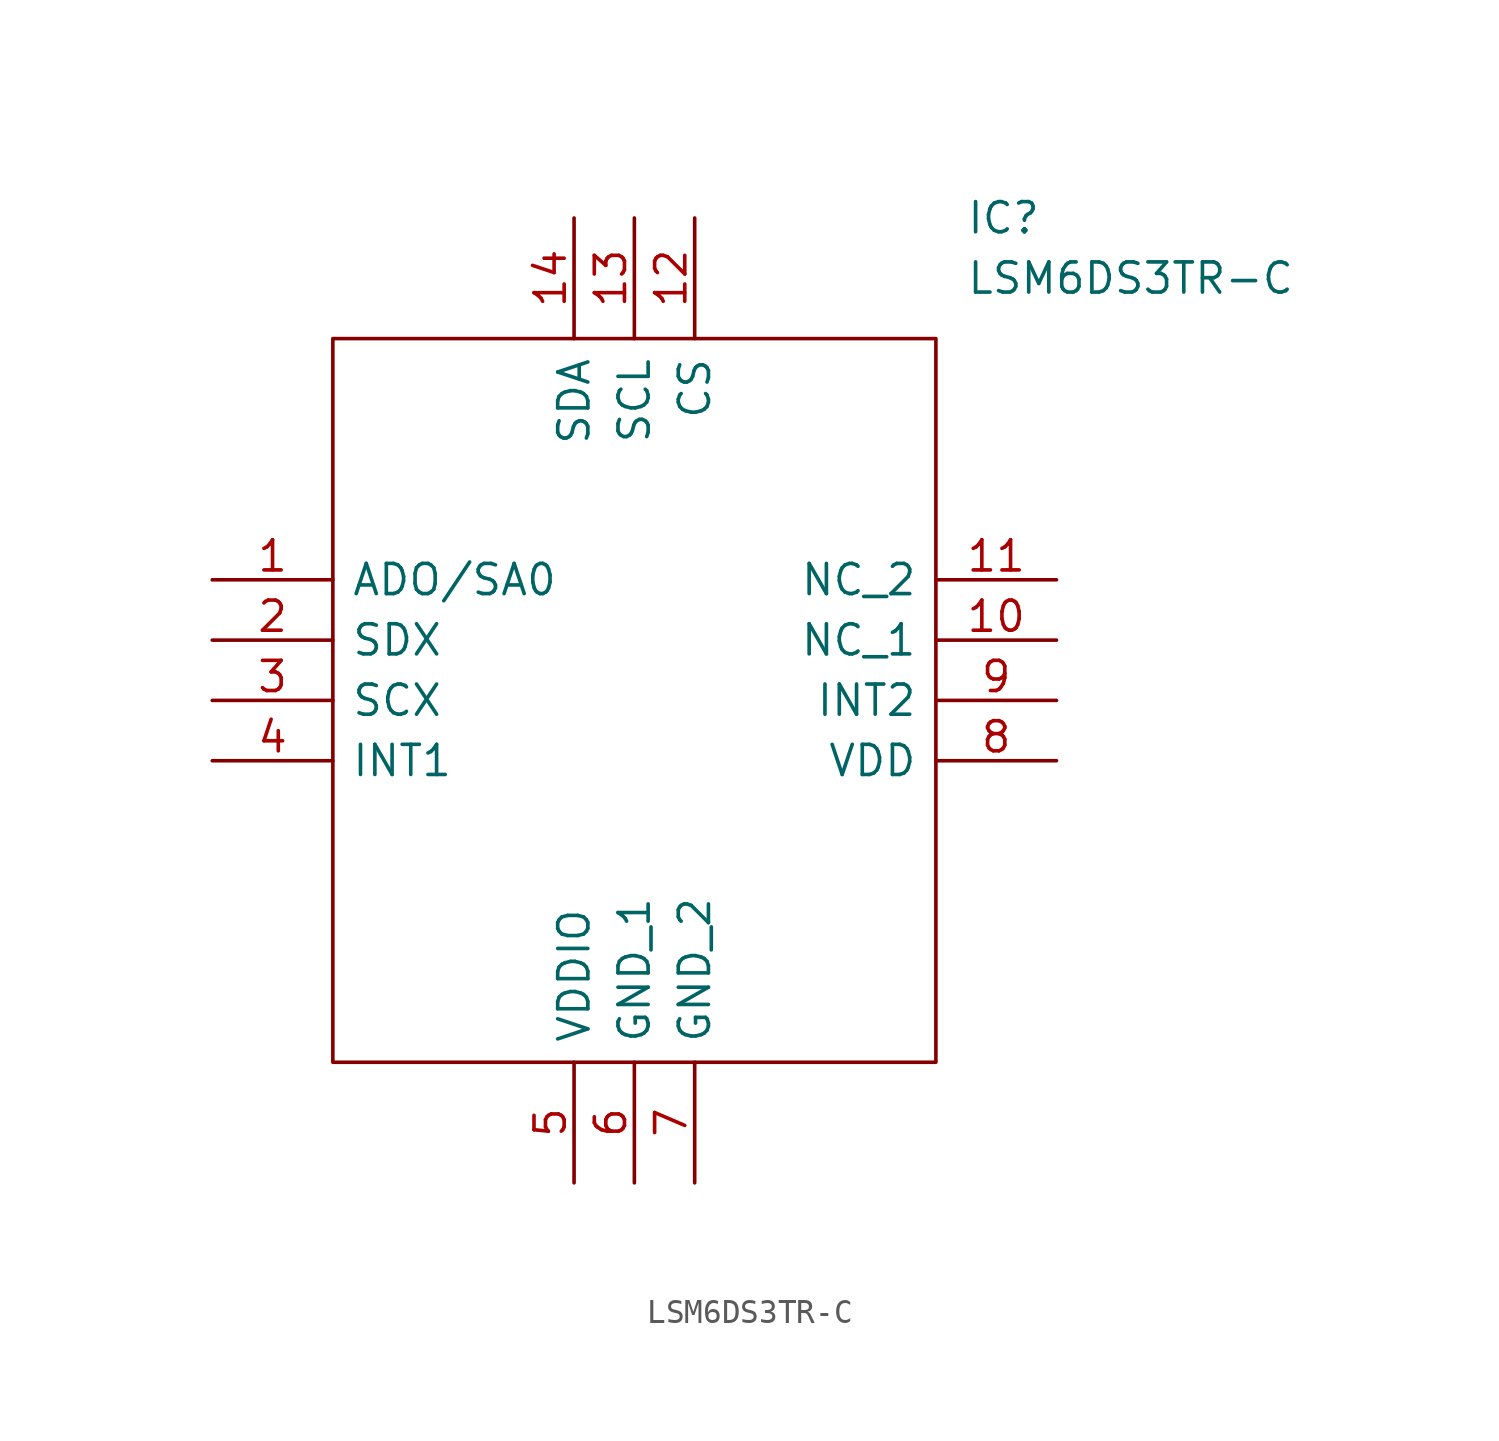
<source format=kicad_sym>
(kicad_symbol_lib
  (version 20211014)
  (generator kicad_symbol_editor)
  (symbol "LSM6DS3TR-C"
    (pin_names
      (offset 0.762))
    (property "Reference" "IC"
      (at 31.75 15.24 0)
      (effects (font (size 1.27 1.27)) (justify left)))
    (property "Value" "LSM6DS3TR-C"
      (at 31.75 12.7 0)
      (effects (font (size 1.27 1.27)) (justify left)))
    (symbol "LSM6DS3TR-C_0_0"
      (pin passive line (at 0 0 0) (length 5.08) (name "ADO/SA0" (effects (font (size 1.27 1.27)))) (number "1" (effects (font (size 1.27 1.27)))))
      (pin passive line (at 35.56 -2.54 180) (length 5.08) (name "NC_1" (effects (font (size 1.27 1.27)))) (number "10" (effects (font (size 1.27 1.27)))))
      (pin passive line (at 35.56 0 180) (length 5.08) (name "NC_2" (effects (font (size 1.27 1.27)))) (number "11" (effects (font (size 1.27 1.27)))))
      (pin passive line (at 20.32 15.24 270) (length 5.08) (name "CS" (effects (font (size 1.27 1.27)))) (number "12" (effects (font (size 1.27 1.27)))))
      (pin passive line (at 17.78 15.24 270) (length 5.08) (name "SCL" (effects (font (size 1.27 1.27)))) (number "13" (effects (font (size 1.27 1.27)))))
      (pin passive line (at 15.24 15.24 270) (length 5.08) (name "SDA" (effects (font (size 1.27 1.27)))) (number "14" (effects (font (size 1.27 1.27)))))
      (pin passive line (at 0 -2.54 0) (length 5.08) (name "SDX" (effects (font (size 1.27 1.27)))) (number "2" (effects (font (size 1.27 1.27)))))
      (pin passive line (at 0 -5.08 0) (length 5.08) (name "SCX" (effects (font (size 1.27 1.27)))) (number "3" (effects (font (size 1.27 1.27)))))
      (pin passive line (at 0 -7.62 0) (length 5.08) (name "INT1" (effects (font (size 1.27 1.27)))) (number "4" (effects (font (size 1.27 1.27)))))
      (pin passive line (at 15.24 -25.4 90) (length 5.08) (name "VDDIO" (effects (font (size 1.27 1.27)))) (number "5" (effects (font (size 1.27 1.27)))))
      (pin passive line (at 17.78 -25.4 90) (length 5.08) (name "GND_1" (effects (font (size 1.27 1.27)))) (number "6" (effects (font (size 1.27 1.27)))))
      (pin passive line (at 20.32 -25.4 90) (length 5.08) (name "GND_2" (effects (font (size 1.27 1.27)))) (number "7" (effects (font (size 1.27 1.27)))))
      (pin passive line (at 35.56 -7.62 180) (length 5.08) (name "VDD" (effects (font (size 1.27 1.27)))) (number "8" (effects (font (size 1.27 1.27)))))
      (pin passive line (at 35.56 -5.08 180) (length 5.08) (name "INT2" (effects (font (size 1.27 1.27)))) (number "9" (effects (font (size 1.27 1.27))))))
    (symbol "LSM6DS3TR-C_0_1"
      (polyline (pts (xy 5.08 10.16) (xy 30.48 10.16) (xy 30.48 -20.32) (xy 5.08 -20.32) (xy 5.08 10.16)) (stroke (width 0.152) (type default) (color 0 0 0 0)) (fill (type none))))))
</source>
